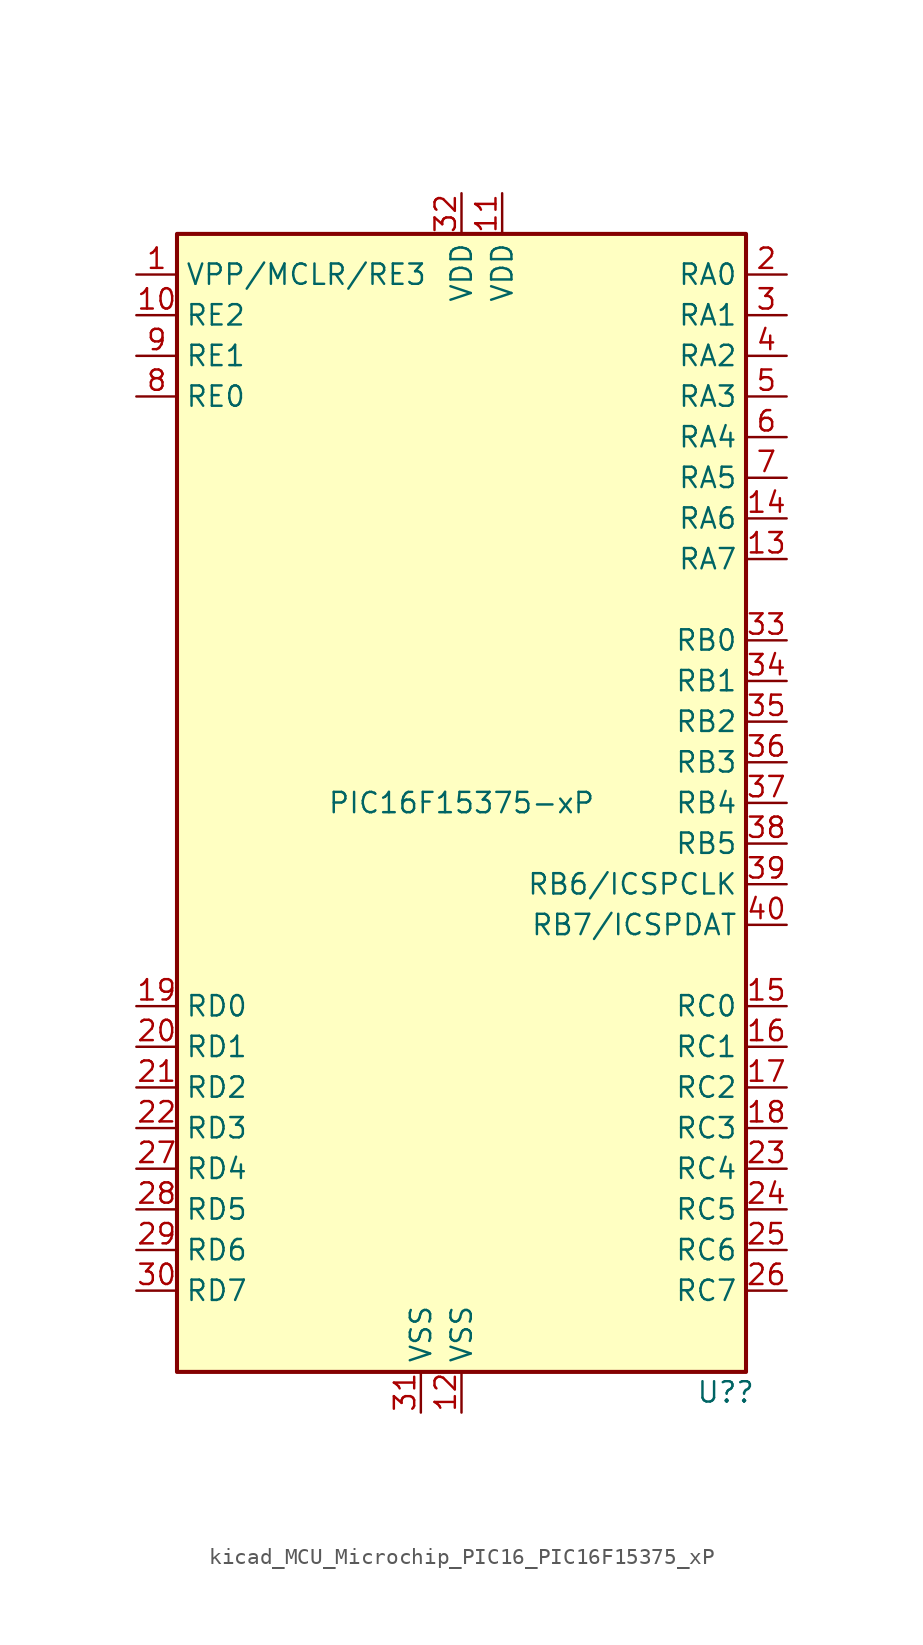
<source format=kicad_sym>
(kicad_symbol_lib
  (version 20220914)
  (generator kicad_symbol_editor)
  (symbol "kicad_MCU_Microchip_PIC16_PIC16F15375_xP"
    (property "Reference" "U?"
      (at 16.51 -36.83 0)
      (effects (font (size 1.27 1.27))))
    (property "Value" "PIC16F15375-xP"
      (at 0 0 0)
      (effects (font (size 1.27 1.27))))
    (symbol "kicad_MCU_Microchip_PIC16_PIC16F15375_xP_0_1"
      (rectangle (start -17.78 35.56) (end 17.78 -35.56) (stroke (width 0.254) (type default)) (fill (type background))))
    (symbol "kicad_MCU_Microchip_PIC16_PIC16F15375_xP_1_1"
      (pin bidirectional line (at -20.32 33.02 0) (length 2.54) (name "VPP/MCLR/RE3" (effects (font (size 1.27 1.27)))) (number "1" (effects (font (size 1.27 1.27)))))
      (pin bidirectional line (at -20.32 30.48 0) (length 2.54) (name "RE2" (effects (font (size 1.27 1.27)))) (number "10" (effects (font (size 1.27 1.27)))))
      (pin power_in line (at 2.54 38.1 270) (length 2.54) (name "VDD" (effects (font (size 1.27 1.27)))) (number "11" (effects (font (size 1.27 1.27)))))
      (pin power_in line (at 0 -38.1 90) (length 2.54) (name "VSS" (effects (font (size 1.27 1.27)))) (number "12" (effects (font (size 1.27 1.27)))))
      (pin bidirectional line (at 20.32 15.24 180) (length 2.54) (name "RA7" (effects (font (size 1.27 1.27)))) (number "13" (effects (font (size 1.27 1.27)))))
      (pin bidirectional line (at 20.32 17.78 180) (length 2.54) (name "RA6" (effects (font (size 1.27 1.27)))) (number "14" (effects (font (size 1.27 1.27)))))
      (pin bidirectional line (at 20.32 -12.7 180) (length 2.54) (name "RC0" (effects (font (size 1.27 1.27)))) (number "15" (effects (font (size 1.27 1.27)))))
      (pin bidirectional line (at 20.32 -15.24 180) (length 2.54) (name "RC1" (effects (font (size 1.27 1.27)))) (number "16" (effects (font (size 1.27 1.27)))))
      (pin bidirectional line (at 20.32 -17.78 180) (length 2.54) (name "RC2" (effects (font (size 1.27 1.27)))) (number "17" (effects (font (size 1.27 1.27)))))
      (pin bidirectional line (at 20.32 -20.32 180) (length 2.54) (name "RC3" (effects (font (size 1.27 1.27)))) (number "18" (effects (font (size 1.27 1.27)))))
      (pin bidirectional line (at -20.32 -12.7 0) (length 2.54) (name "RD0" (effects (font (size 1.27 1.27)))) (number "19" (effects (font (size 1.27 1.27)))))
      (pin bidirectional line (at 20.32 33.02 180) (length 2.54) (name "RA0" (effects (font (size 1.27 1.27)))) (number "2" (effects (font (size 1.27 1.27)))))
      (pin bidirectional line (at -20.32 -15.24 0) (length 2.54) (name "RD1" (effects (font (size 1.27 1.27)))) (number "20" (effects (font (size 1.27 1.27)))))
      (pin bidirectional line (at -20.32 -17.78 0) (length 2.54) (name "RD2" (effects (font (size 1.27 1.27)))) (number "21" (effects (font (size 1.27 1.27)))))
      (pin bidirectional line (at -20.32 -20.32 0) (length 2.54) (name "RD3" (effects (font (size 1.27 1.27)))) (number "22" (effects (font (size 1.27 1.27)))))
      (pin bidirectional line (at 20.32 -22.86 180) (length 2.54) (name "RC4" (effects (font (size 1.27 1.27)))) (number "23" (effects (font (size 1.27 1.27)))))
      (pin bidirectional line (at 20.32 -25.4 180) (length 2.54) (name "RC5" (effects (font (size 1.27 1.27)))) (number "24" (effects (font (size 1.27 1.27)))))
      (pin bidirectional line (at 20.32 -27.94 180) (length 2.54) (name "RC6" (effects (font (size 1.27 1.27)))) (number "25" (effects (font (size 1.27 1.27)))))
      (pin bidirectional line (at 20.32 -30.48 180) (length 2.54) (name "RC7" (effects (font (size 1.27 1.27)))) (number "26" (effects (font (size 1.27 1.27)))))
      (pin bidirectional line (at -20.32 -22.86 0) (length 2.54) (name "RD4" (effects (font (size 1.27 1.27)))) (number "27" (effects (font (size 1.27 1.27)))))
      (pin bidirectional line (at -20.32 -25.4 0) (length 2.54) (name "RD5" (effects (font (size 1.27 1.27)))) (number "28" (effects (font (size 1.27 1.27)))))
      (pin bidirectional line (at -20.32 -27.94 0) (length 2.54) (name "RD6" (effects (font (size 1.27 1.27)))) (number "29" (effects (font (size 1.27 1.27)))))
      (pin bidirectional line (at 20.32 30.48 180) (length 2.54) (name "RA1" (effects (font (size 1.27 1.27)))) (number "3" (effects (font (size 1.27 1.27)))))
      (pin bidirectional line (at -20.32 -30.48 0) (length 2.54) (name "RD7" (effects (font (size 1.27 1.27)))) (number "30" (effects (font (size 1.27 1.27)))))
      (pin power_in line (at -2.54 -38.1 90) (length 2.54) (name "VSS" (effects (font (size 1.27 1.27)))) (number "31" (effects (font (size 1.27 1.27)))))
      (pin power_in line (at 0 38.1 270) (length 2.54) (name "VDD" (effects (font (size 1.27 1.27)))) (number "32" (effects (font (size 1.27 1.27)))))
      (pin bidirectional line (at 20.32 10.16 180) (length 2.54) (name "RB0" (effects (font (size 1.27 1.27)))) (number "33" (effects (font (size 1.27 1.27)))))
      (pin bidirectional line (at 20.32 7.62 180) (length 2.54) (name "RB1" (effects (font (size 1.27 1.27)))) (number "34" (effects (font (size 1.27 1.27)))))
      (pin bidirectional line (at 20.32 5.08 180) (length 2.54) (name "RB2" (effects (font (size 1.27 1.27)))) (number "35" (effects (font (size 1.27 1.27)))))
      (pin bidirectional line (at 20.32 2.54 180) (length 2.54) (name "RB3" (effects (font (size 1.27 1.27)))) (number "36" (effects (font (size 1.27 1.27)))))
      (pin bidirectional line (at 20.32 0 180) (length 2.54) (name "RB4" (effects (font (size 1.27 1.27)))) (number "37" (effects (font (size 1.27 1.27)))))
      (pin bidirectional line (at 20.32 -2.54 180) (length 2.54) (name "RB5" (effects (font (size 1.27 1.27)))) (number "38" (effects (font (size 1.27 1.27)))))
      (pin bidirectional line (at 20.32 -5.08 180) (length 2.54) (name "RB6/ICSPCLK" (effects (font (size 1.27 1.27)))) (number "39" (effects (font (size 1.27 1.27)))))
      (pin bidirectional line (at 20.32 27.94 180) (length 2.54) (name "RA2" (effects (font (size 1.27 1.27)))) (number "4" (effects (font (size 1.27 1.27)))))
      (pin bidirectional line (at 20.32 -7.62 180) (length 2.54) (name "RB7/ICSPDAT" (effects (font (size 1.27 1.27)))) (number "40" (effects (font (size 1.27 1.27)))))
      (pin bidirectional line (at 20.32 25.4 180) (length 2.54) (name "RA3" (effects (font (size 1.27 1.27)))) (number "5" (effects (font (size 1.27 1.27)))))
      (pin bidirectional line (at 20.32 22.86 180) (length 2.54) (name "RA4" (effects (font (size 1.27 1.27)))) (number "6" (effects (font (size 1.27 1.27)))))
      (pin bidirectional line (at 20.32 20.32 180) (length 2.54) (name "RA5" (effects (font (size 1.27 1.27)))) (number "7" (effects (font (size 1.27 1.27)))))
      (pin bidirectional line (at -20.32 25.4 0) (length 2.54) (name "RE0" (effects (font (size 1.27 1.27)))) (number "8" (effects (font (size 1.27 1.27)))))
      (pin bidirectional line (at -20.32 27.94 0) (length 2.54) (name "RE1" (effects (font (size 1.27 1.27)))) (number "9" (effects (font (size 1.27 1.27))))))))
</source>
